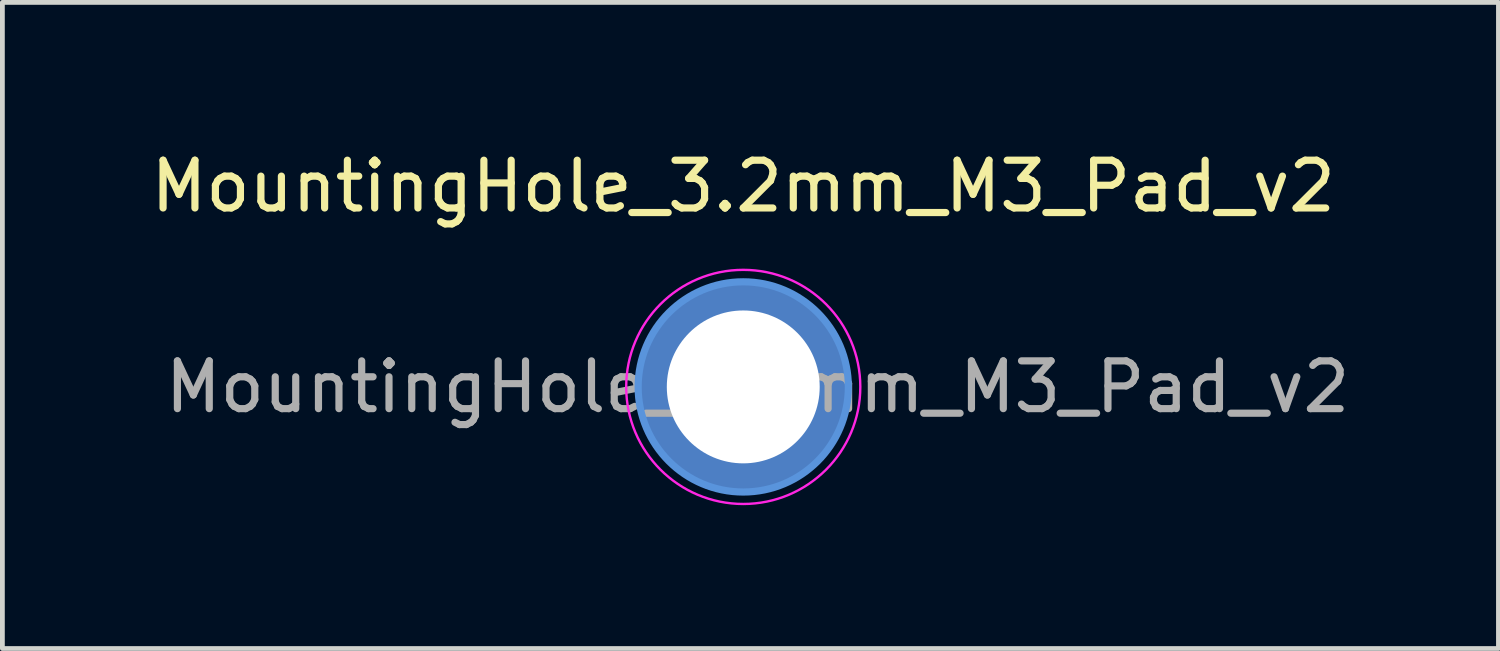
<source format=kicad_pcb>
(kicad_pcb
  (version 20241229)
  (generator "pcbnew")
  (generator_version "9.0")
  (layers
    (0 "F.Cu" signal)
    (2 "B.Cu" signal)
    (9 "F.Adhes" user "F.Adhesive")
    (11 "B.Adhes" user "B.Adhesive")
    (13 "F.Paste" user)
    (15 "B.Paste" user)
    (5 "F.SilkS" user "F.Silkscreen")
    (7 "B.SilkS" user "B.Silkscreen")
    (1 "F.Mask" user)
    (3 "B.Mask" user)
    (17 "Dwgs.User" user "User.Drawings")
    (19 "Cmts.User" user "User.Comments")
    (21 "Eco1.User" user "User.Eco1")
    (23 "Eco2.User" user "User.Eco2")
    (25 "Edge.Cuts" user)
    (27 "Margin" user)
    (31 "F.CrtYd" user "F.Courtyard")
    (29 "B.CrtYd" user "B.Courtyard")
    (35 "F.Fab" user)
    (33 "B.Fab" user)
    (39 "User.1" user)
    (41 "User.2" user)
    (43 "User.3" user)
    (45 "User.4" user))
  (footprint "MountingHole_3.2mm_M3_Pad_v2"
    (layer "F.Cu")
    (at 12.506 5.048)
    (property "Reference" "MountingHole_3.2mm_M3_Pad_v2" (at 0 -4.2 0) (layer "F.SilkS") (effects (font (size 1 1) (thickness 0.15))))
    (attr exclude_from_pos_files exclude_from_bom)
    (fp_circle (center 0 0) (end 2.2 0) (stroke (width 0.15) (type solid)) (fill no) (layer "Cmts.User"))
    (fp_circle (center 0 0) (end 2.45 0) (stroke (width 0.05) (type solid)) (fill no) (layer "F.CrtYd"))
    (fp_text user "${REFERENCE}" (at 0.3 0 0) (layer "F.Fab") (effects (font (size 1 1) (thickness 0.15))))
    (pad "1" thru_hole circle (at 0 0) (size 4.4 4.4) (drill 3.2) (layers "*.Cu" "*.Mask")))
  (gr_rect
    (start -3 -3)
    (end 28.312 10.523)
    (stroke (width 0.1) (type default))
    (fill no)
    (layer "Edge.Cuts")))
</source>
